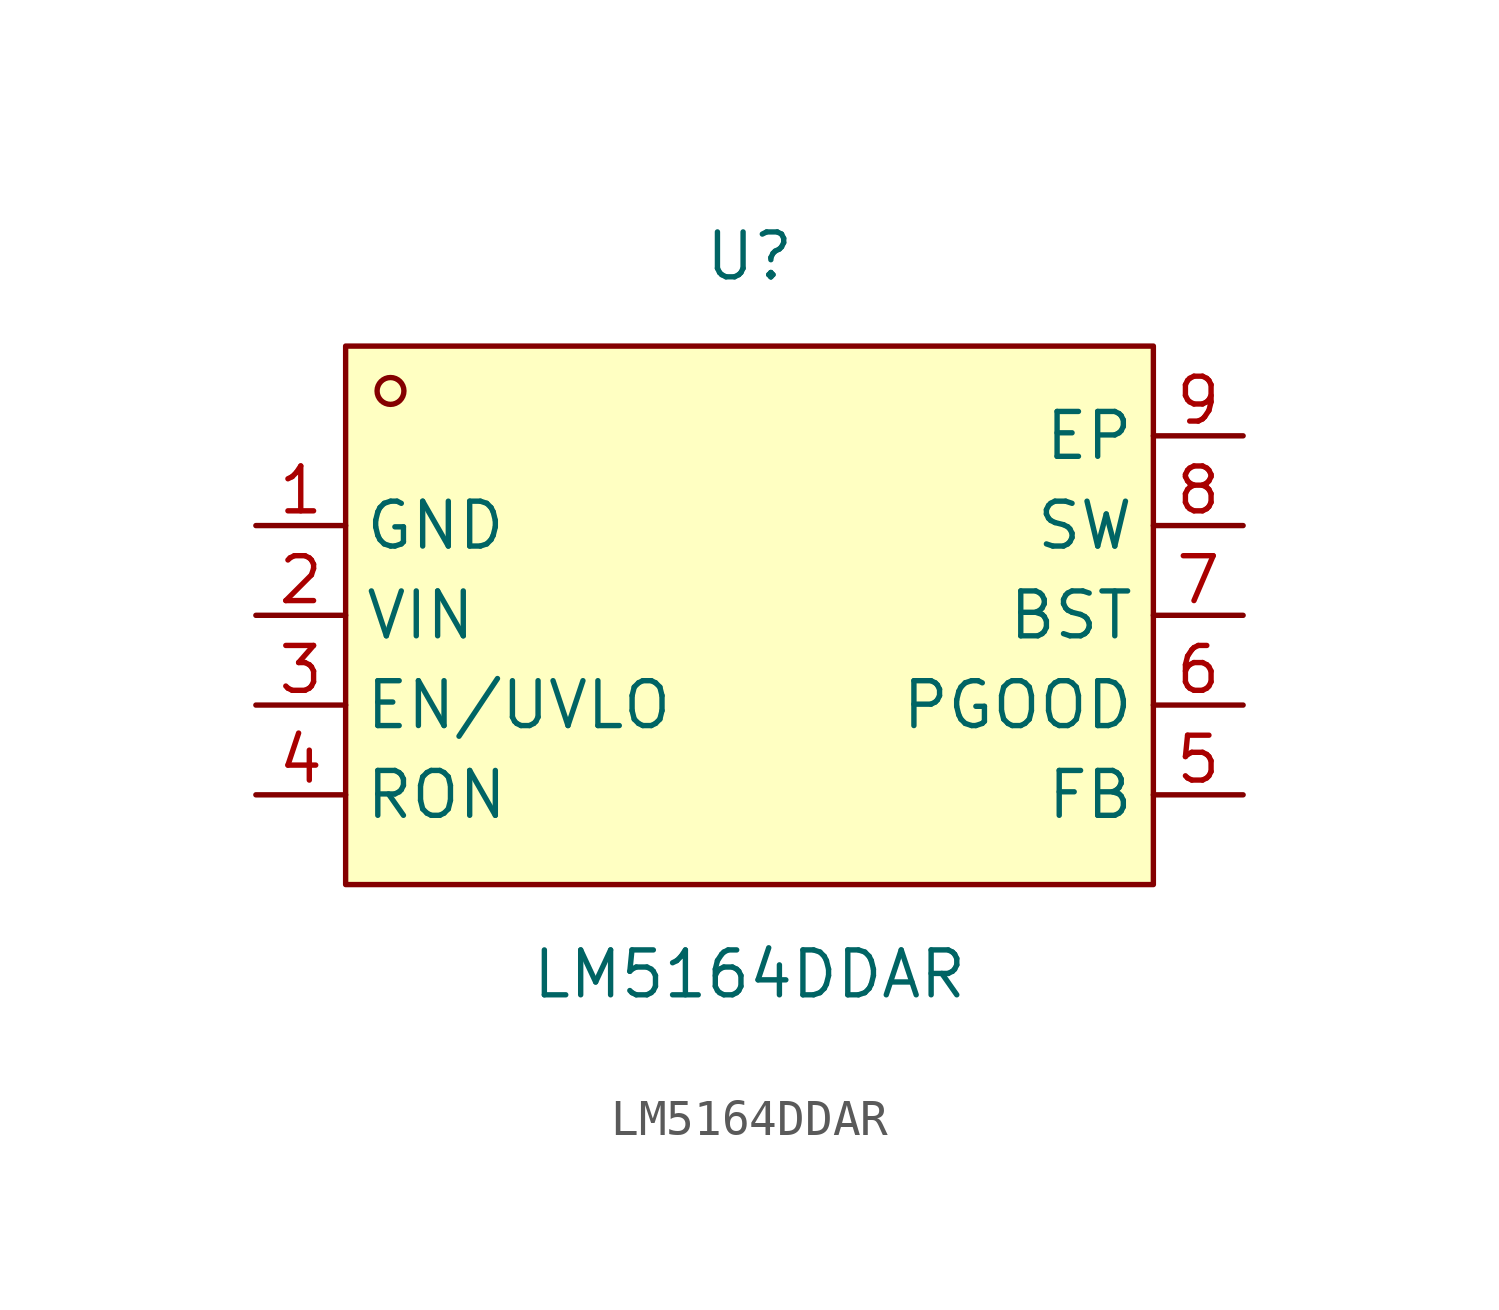
<source format=kicad_sym>
(kicad_symbol_lib
  (version 20211014)
  (generator https://github.com/uPesy/easyeda2kicad.py)
  (symbol "LM5164DDAR"
    (property "Reference" "U"
      (at 0 10.16 0)
      (effects (font (size 1.27 1.27))))
    (property "Value" "LM5164DDAR"
      (at 0 -10.16 0)
      (effects (font (size 1.27 1.27))))
    (symbol "LM5164DDAR_0_1"
      (rectangle (start -11.43 7.62) (end 11.43 -7.62) (stroke (width 0) (type default) (color 0 0 0 0)) (fill (type background)))
      (circle (center -10.16 6.35) (radius 0.38) (stroke (width 0) (type default) (color 0 0 0 0)) (fill (type none)))
      (pin unspecified line (at -13.97 2.54 0) (length 2.54) (name "GND" (effects (font (size 1.27 1.27)))) (number "1" (effects (font (size 1.27 1.27)))))
      (pin unspecified line (at -13.97 -0.00 0) (length 2.54) (name "VIN" (effects (font (size 1.27 1.27)))) (number "2" (effects (font (size 1.27 1.27)))))
      (pin unspecified line (at -13.97 -2.54 0) (length 2.54) (name "EN/UVLO" (effects (font (size 1.27 1.27)))) (number "3" (effects (font (size 1.27 1.27)))))
      (pin unspecified line (at -13.97 -5.08 0) (length 2.54) (name "RON" (effects (font (size 1.27 1.27)))) (number "4" (effects (font (size 1.27 1.27)))))
      (pin unspecified line (at 13.97 -5.08 180) (length 2.54) (name "FB" (effects (font (size 1.27 1.27)))) (number "5" (effects (font (size 1.27 1.27)))))
      (pin unspecified line (at 13.97 -2.54 180) (length 2.54) (name "PGOOD" (effects (font (size 1.27 1.27)))) (number "6" (effects (font (size 1.27 1.27)))))
      (pin unspecified line (at 13.97 -0.00 180) (length 2.54) (name "BST" (effects (font (size 1.27 1.27)))) (number "7" (effects (font (size 1.27 1.27)))))
      (pin unspecified line (at 13.97 2.54 180) (length 2.54) (name "SW" (effects (font (size 1.27 1.27)))) (number "8" (effects (font (size 1.27 1.27)))))
      (pin unspecified line (at 13.97 5.08 180) (length 2.54) (name "EP" (effects (font (size 1.27 1.27)))) (number "9" (effects (font (size 1.27 1.27))))))))
</source>
